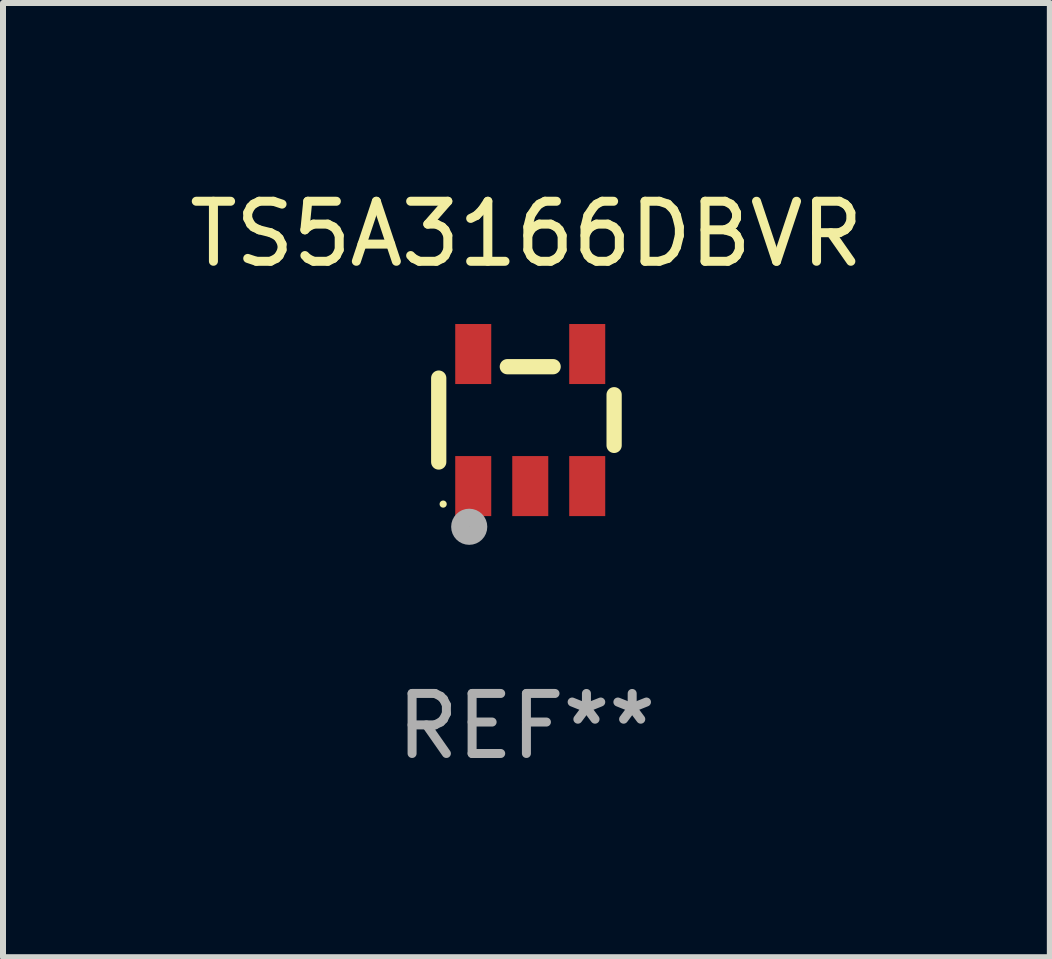
<source format=kicad_pcb>
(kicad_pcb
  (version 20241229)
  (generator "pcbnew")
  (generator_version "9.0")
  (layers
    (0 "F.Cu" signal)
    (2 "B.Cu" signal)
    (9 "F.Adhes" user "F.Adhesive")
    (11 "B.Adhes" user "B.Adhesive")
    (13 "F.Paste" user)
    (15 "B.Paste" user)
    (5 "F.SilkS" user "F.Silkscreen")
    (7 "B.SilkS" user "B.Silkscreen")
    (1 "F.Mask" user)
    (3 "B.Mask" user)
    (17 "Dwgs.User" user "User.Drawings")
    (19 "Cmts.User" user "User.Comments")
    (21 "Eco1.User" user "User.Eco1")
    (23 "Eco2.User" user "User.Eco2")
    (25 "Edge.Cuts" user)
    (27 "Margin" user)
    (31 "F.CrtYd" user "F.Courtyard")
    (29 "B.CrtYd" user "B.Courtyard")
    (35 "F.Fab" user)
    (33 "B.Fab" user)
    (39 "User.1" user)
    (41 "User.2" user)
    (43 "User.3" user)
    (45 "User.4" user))
  (footprint "TS5A3166DBVR"
    (layer "F.Cu")
    (at 5.72 3.948)
    (property "Reference" "TS5A3166DBVR" (at 0 -3.1 0) (layer "F.SilkS") (effects (font (size 1 1) (thickness 0.15))))
    (attr through_hole)
    (fp_line (start -1.461 -0.699) (end -1.461 0.699) (stroke (width 0.254) (type solid)) (layer "F.SilkS"))
    (fp_line (start -0.318 -0.889) (end 0.445 -0.889) (stroke (width 0.254) (type solid)) (layer "F.SilkS"))
    (fp_line (start 1.461 -0.422) (end 1.461 0.422) (stroke (width 0.254) (type solid)) (layer "F.SilkS"))
    (fp_circle (center -1.387 1.4) (end -1.357 1.4) (stroke (width 0.06) (type solid)) (fill no) (layer "F.SilkS"))
    (fp_circle (center -0.953 1.778) (end -0.802 1.778) (stroke (width 0.3) (type solid)) (fill no) (layer "F.Fab"))
    (fp_text user "REF**" (at 0 5.1 0) (layer "F.Fab") (effects (font (size 1 1) (thickness 0.15))))
    (pad "1" smd rect (at -0.886 1.1) (size 0.6 1) (layers "F.Cu" "F.Mask" "F.Paste"))
    (pad "2" smd rect (at 0.064 1.1) (size 0.6 1) (layers "F.Cu" "F.Mask" "F.Paste"))
    (pad "3" smd rect (at 1.013 1.1) (size 0.6 1) (layers "F.Cu" "F.Mask" "F.Paste"))
    (pad "4" smd rect (at 1.013 -1.1) (size 0.6 1) (layers "F.Cu" "F.Mask" "F.Paste"))
    (pad "5" smd rect (at -0.886 -1.1) (size 0.6 1) (layers "F.Cu" "F.Mask" "F.Paste")))
  (gr_rect
    (start -3 -3)
    (end 14.44 12.897)
    (stroke (width 0.1) (type default))
    (fill no)
    (layer "Edge.Cuts")))
</source>
